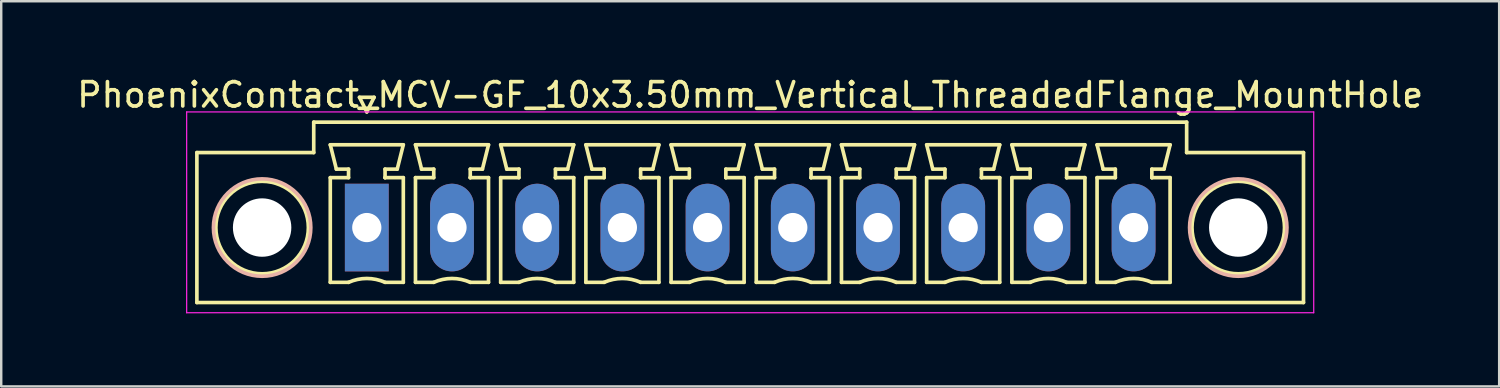
<source format=kicad_pcb>
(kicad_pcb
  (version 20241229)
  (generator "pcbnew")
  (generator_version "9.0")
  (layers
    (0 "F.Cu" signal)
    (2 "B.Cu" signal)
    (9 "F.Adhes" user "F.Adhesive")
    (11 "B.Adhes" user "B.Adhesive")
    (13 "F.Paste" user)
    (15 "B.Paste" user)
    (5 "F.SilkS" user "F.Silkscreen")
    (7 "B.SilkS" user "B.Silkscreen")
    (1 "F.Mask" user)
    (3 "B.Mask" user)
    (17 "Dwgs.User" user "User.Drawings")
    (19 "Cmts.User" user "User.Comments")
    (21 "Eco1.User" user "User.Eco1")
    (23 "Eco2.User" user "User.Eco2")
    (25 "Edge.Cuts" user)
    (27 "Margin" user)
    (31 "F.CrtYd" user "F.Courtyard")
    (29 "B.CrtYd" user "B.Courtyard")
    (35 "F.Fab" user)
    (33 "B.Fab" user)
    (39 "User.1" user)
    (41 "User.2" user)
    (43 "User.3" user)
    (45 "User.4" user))
  (footprint "PhoenixContact_MCV-GF_10x3.50mm_Vertical_ThreadedFlange_MountHole"
    (layer "F.Cu")
    (at 12.018 6.298)
    (property "Reference" "PhoenixContact_MCV-GF_10x3.50mm_Vertical_ThreadedFlange_MountHole" (at 15.75 -5.45 0) (layer "F.SilkS") (effects (font (size 1 1) (thickness 0.15))))
    (attr through_hole)
    (fp_line (start -6.98 -3.08) (end -6.98 3.08) (stroke (width 0.15) (type solid)) (layer "F.SilkS"))
    (fp_line (start -6.98 3.08) (end 38.48 3.08) (stroke (width 0.15) (type solid)) (layer "F.SilkS"))
    (fp_line (start -2.18 -4.33) (end -2.18 -3.08) (stroke (width 0.15) (type solid)) (layer "F.SilkS"))
    (fp_line (start -2.18 -3.08) (end -6.98 -3.08) (stroke (width 0.15) (type solid)) (layer "F.SilkS"))
    (fp_line (start -1.5 -3.4) (end 1.5 -3.4) (stroke (width 0.15) (type solid)) (layer "F.SilkS"))
    (fp_line (start -1.5 -2.05) (end -0.75 -2.05) (stroke (width 0.15) (type solid)) (layer "F.SilkS"))
    (fp_line (start -1.5 2.25) (end -1.5 -2.05) (stroke (width 0.15) (type solid)) (layer "F.SilkS"))
    (fp_line (start -1.25 -2.4) (end -1.5 -3.4) (stroke (width 0.15) (type solid)) (layer "F.SilkS"))
    (fp_line (start -0.75 -2.4) (end -1.25 -2.4) (stroke (width 0.15) (type solid)) (layer "F.SilkS"))
    (fp_line (start -0.75 -2.05) (end -0.75 -2.4) (stroke (width 0.15) (type solid)) (layer "F.SilkS"))
    (fp_line (start -0.75 2.25) (end -1.5 2.25) (stroke (width 0.15) (type solid)) (layer "F.SilkS"))
    (fp_line (start -0.3 -5.35) (end 0 -4.75) (stroke (width 0.15) (type solid)) (layer "F.SilkS"))
    (fp_line (start 0 -4.75) (end 0.3 -5.35) (stroke (width 0.15) (type solid)) (layer "F.SilkS"))
    (fp_line (start 0.3 -5.35) (end -0.3 -5.35) (stroke (width 0.15) (type solid)) (layer "F.SilkS"))
    (fp_line (start 0.75 -2.4) (end 0.75 -2.05) (stroke (width 0.15) (type solid)) (layer "F.SilkS"))
    (fp_line (start 0.75 -2.05) (end 0.75 -2.05) (stroke (width 0.15) (type solid)) (layer "F.SilkS"))
    (fp_line (start 0.75 -2.05) (end 1.5 -2.05) (stroke (width 0.15) (type solid)) (layer "F.SilkS"))
    (fp_line (start 1.25 -2.4) (end 0.75 -2.4) (stroke (width 0.15) (type solid)) (layer "F.SilkS"))
    (fp_line (start 1.5 -3.4) (end 1.25 -2.4) (stroke (width 0.15) (type solid)) (layer "F.SilkS"))
    (fp_line (start 1.5 -2.05) (end 1.5 2.25) (stroke (width 0.15) (type solid)) (layer "F.SilkS"))
    (fp_line (start 1.5 2.25) (end 0.75 2.25) (stroke (width 0.15) (type solid)) (layer "F.SilkS"))
    (fp_line (start 2 -3.4) (end 5 -3.4) (stroke (width 0.15) (type solid)) (layer "F.SilkS"))
    (fp_line (start 2 -2.05) (end 2.75 -2.05) (stroke (width 0.15) (type solid)) (layer "F.SilkS"))
    (fp_line (start 2 2.25) (end 2 -2.05) (stroke (width 0.15) (type solid)) (layer "F.SilkS"))
    (fp_line (start 2.25 -2.4) (end 2 -3.4) (stroke (width 0.15) (type solid)) (layer "F.SilkS"))
    (fp_line (start 2.75 -2.4) (end 2.25 -2.4) (stroke (width 0.15) (type solid)) (layer "F.SilkS"))
    (fp_line (start 2.75 -2.05) (end 2.75 -2.4) (stroke (width 0.15) (type solid)) (layer "F.SilkS"))
    (fp_line (start 2.75 2.25) (end 2 2.25) (stroke (width 0.15) (type solid)) (layer "F.SilkS"))
    (fp_line (start 4.25 -2.4) (end 4.25 -2.05) (stroke (width 0.15) (type solid)) (layer "F.SilkS"))
    (fp_line (start 4.25 -2.05) (end 4.25 -2.05) (stroke (width 0.15) (type solid)) (layer "F.SilkS"))
    (fp_line (start 4.25 -2.05) (end 5 -2.05) (stroke (width 0.15) (type solid)) (layer "F.SilkS"))
    (fp_line (start 4.75 -2.4) (end 4.25 -2.4) (stroke (width 0.15) (type solid)) (layer "F.SilkS"))
    (fp_line (start 5 -3.4) (end 4.75 -2.4) (stroke (width 0.15) (type solid)) (layer "F.SilkS"))
    (fp_line (start 5 -2.05) (end 5 2.25) (stroke (width 0.15) (type solid)) (layer "F.SilkS"))
    (fp_line (start 5 2.25) (end 4.25 2.25) (stroke (width 0.15) (type solid)) (layer "F.SilkS"))
    (fp_line (start 5.5 -3.4) (end 8.5 -3.4) (stroke (width 0.15) (type solid)) (layer "F.SilkS"))
    (fp_line (start 5.5 -2.05) (end 6.25 -2.05) (stroke (width 0.15) (type solid)) (layer "F.SilkS"))
    (fp_line (start 5.5 2.25) (end 5.5 -2.05) (stroke (width 0.15) (type solid)) (layer "F.SilkS"))
    (fp_line (start 5.75 -2.4) (end 5.5 -3.4) (stroke (width 0.15) (type solid)) (layer "F.SilkS"))
    (fp_line (start 6.25 -2.4) (end 5.75 -2.4) (stroke (width 0.15) (type solid)) (layer "F.SilkS"))
    (fp_line (start 6.25 -2.05) (end 6.25 -2.4) (stroke (width 0.15) (type solid)) (layer "F.SilkS"))
    (fp_line (start 6.25 2.25) (end 5.5 2.25) (stroke (width 0.15) (type solid)) (layer "F.SilkS"))
    (fp_line (start 7.75 -2.4) (end 7.75 -2.05) (stroke (width 0.15) (type solid)) (layer "F.SilkS"))
    (fp_line (start 7.75 -2.05) (end 7.75 -2.05) (stroke (width 0.15) (type solid)) (layer "F.SilkS"))
    (fp_line (start 7.75 -2.05) (end 8.5 -2.05) (stroke (width 0.15) (type solid)) (layer "F.SilkS"))
    (fp_line (start 8.25 -2.4) (end 7.75 -2.4) (stroke (width 0.15) (type solid)) (layer "F.SilkS"))
    (fp_line (start 8.5 -3.4) (end 8.25 -2.4) (stroke (width 0.15) (type solid)) (layer "F.SilkS"))
    (fp_line (start 8.5 -2.05) (end 8.5 2.25) (stroke (width 0.15) (type solid)) (layer "F.SilkS"))
    (fp_line (start 8.5 2.25) (end 7.75 2.25) (stroke (width 0.15) (type solid)) (layer "F.SilkS"))
    (fp_line (start 9 -3.4) (end 12 -3.4) (stroke (width 0.15) (type solid)) (layer "F.SilkS"))
    (fp_line (start 9 -2.05) (end 9.75 -2.05) (stroke (width 0.15) (type solid)) (layer "F.SilkS"))
    (fp_line (start 9 2.25) (end 9 -2.05) (stroke (width 0.15) (type solid)) (layer "F.SilkS"))
    (fp_line (start 9.25 -2.4) (end 9 -3.4) (stroke (width 0.15) (type solid)) (layer "F.SilkS"))
    (fp_line (start 9.75 -2.4) (end 9.25 -2.4) (stroke (width 0.15) (type solid)) (layer "F.SilkS"))
    (fp_line (start 9.75 -2.05) (end 9.75 -2.4) (stroke (width 0.15) (type solid)) (layer "F.SilkS"))
    (fp_line (start 9.75 2.25) (end 9 2.25) (stroke (width 0.15) (type solid)) (layer "F.SilkS"))
    (fp_line (start 11.25 -2.4) (end 11.25 -2.05) (stroke (width 0.15) (type solid)) (layer "F.SilkS"))
    (fp_line (start 11.25 -2.05) (end 11.25 -2.05) (stroke (width 0.15) (type solid)) (layer "F.SilkS"))
    (fp_line (start 11.25 -2.05) (end 12 -2.05) (stroke (width 0.15) (type solid)) (layer "F.SilkS"))
    (fp_line (start 11.75 -2.4) (end 11.25 -2.4) (stroke (width 0.15) (type solid)) (layer "F.SilkS"))
    (fp_line (start 12 -3.4) (end 11.75 -2.4) (stroke (width 0.15) (type solid)) (layer "F.SilkS"))
    (fp_line (start 12 -2.05) (end 12 2.25) (stroke (width 0.15) (type solid)) (layer "F.SilkS"))
    (fp_line (start 12 2.25) (end 11.25 2.25) (stroke (width 0.15) (type solid)) (layer "F.SilkS"))
    (fp_line (start 12.5 -3.4) (end 15.5 -3.4) (stroke (width 0.15) (type solid)) (layer "F.SilkS"))
    (fp_line (start 12.5 -2.05) (end 13.25 -2.05) (stroke (width 0.15) (type solid)) (layer "F.SilkS"))
    (fp_line (start 12.5 2.25) (end 12.5 -2.05) (stroke (width 0.15) (type solid)) (layer "F.SilkS"))
    (fp_line (start 12.75 -2.4) (end 12.5 -3.4) (stroke (width 0.15) (type solid)) (layer "F.SilkS"))
    (fp_line (start 13.25 -2.4) (end 12.75 -2.4) (stroke (width 0.15) (type solid)) (layer "F.SilkS"))
    (fp_line (start 13.25 -2.05) (end 13.25 -2.4) (stroke (width 0.15) (type solid)) (layer "F.SilkS"))
    (fp_line (start 13.25 2.25) (end 12.5 2.25) (stroke (width 0.15) (type solid)) (layer "F.SilkS"))
    (fp_line (start 14.75 -2.4) (end 14.75 -2.05) (stroke (width 0.15) (type solid)) (layer "F.SilkS"))
    (fp_line (start 14.75 -2.05) (end 14.75 -2.05) (stroke (width 0.15) (type solid)) (layer "F.SilkS"))
    (fp_line (start 14.75 -2.05) (end 15.5 -2.05) (stroke (width 0.15) (type solid)) (layer "F.SilkS"))
    (fp_line (start 15.25 -2.4) (end 14.75 -2.4) (stroke (width 0.15) (type solid)) (layer "F.SilkS"))
    (fp_line (start 15.5 -3.4) (end 15.25 -2.4) (stroke (width 0.15) (type solid)) (layer "F.SilkS"))
    (fp_line (start 15.5 -2.05) (end 15.5 2.25) (stroke (width 0.15) (type solid)) (layer "F.SilkS"))
    (fp_line (start 15.5 2.25) (end 14.75 2.25) (stroke (width 0.15) (type solid)) (layer "F.SilkS"))
    (fp_line (start 16 -3.4) (end 19 -3.4) (stroke (width 0.15) (type solid)) (layer "F.SilkS"))
    (fp_line (start 16 -2.05) (end 16.75 -2.05) (stroke (width 0.15) (type solid)) (layer "F.SilkS"))
    (fp_line (start 16 2.25) (end 16 -2.05) (stroke (width 0.15) (type solid)) (layer "F.SilkS"))
    (fp_line (start 16.25 -2.4) (end 16 -3.4) (stroke (width 0.15) (type solid)) (layer "F.SilkS"))
    (fp_line (start 16.75 -2.4) (end 16.25 -2.4) (stroke (width 0.15) (type solid)) (layer "F.SilkS"))
    (fp_line (start 16.75 -2.05) (end 16.75 -2.4) (stroke (width 0.15) (type solid)) (layer "F.SilkS"))
    (fp_line (start 16.75 2.25) (end 16 2.25) (stroke (width 0.15) (type solid)) (layer "F.SilkS"))
    (fp_line (start 18.25 -2.4) (end 18.25 -2.05) (stroke (width 0.15) (type solid)) (layer "F.SilkS"))
    (fp_line (start 18.25 -2.05) (end 18.25 -2.05) (stroke (width 0.15) (type solid)) (layer "F.SilkS"))
    (fp_line (start 18.25 -2.05) (end 19 -2.05) (stroke (width 0.15) (type solid)) (layer "F.SilkS"))
    (fp_line (start 18.75 -2.4) (end 18.25 -2.4) (stroke (width 0.15) (type solid)) (layer "F.SilkS"))
    (fp_line (start 19 -3.4) (end 18.75 -2.4) (stroke (width 0.15) (type solid)) (layer "F.SilkS"))
    (fp_line (start 19 -2.05) (end 19 2.25) (stroke (width 0.15) (type solid)) (layer "F.SilkS"))
    (fp_line (start 19 2.25) (end 18.25 2.25) (stroke (width 0.15) (type solid)) (layer "F.SilkS"))
    (fp_line (start 19.5 -3.4) (end 22.5 -3.4) (stroke (width 0.15) (type solid)) (layer "F.SilkS"))
    (fp_line (start 19.5 -2.05) (end 20.25 -2.05) (stroke (width 0.15) (type solid)) (layer "F.SilkS"))
    (fp_line (start 19.5 2.25) (end 19.5 -2.05) (stroke (width 0.15) (type solid)) (layer "F.SilkS"))
    (fp_line (start 19.75 -2.4) (end 19.5 -3.4) (stroke (width 0.15) (type solid)) (layer "F.SilkS"))
    (fp_line (start 20.25 -2.4) (end 19.75 -2.4) (stroke (width 0.15) (type solid)) (layer "F.SilkS"))
    (fp_line (start 20.25 -2.05) (end 20.25 -2.4) (stroke (width 0.15) (type solid)) (layer "F.SilkS"))
    (fp_line (start 20.25 2.25) (end 19.5 2.25) (stroke (width 0.15) (type solid)) (layer "F.SilkS"))
    (fp_line (start 21.75 -2.4) (end 21.75 -2.05) (stroke (width 0.15) (type solid)) (layer "F.SilkS"))
    (fp_line (start 21.75 -2.05) (end 21.75 -2.05) (stroke (width 0.15) (type solid)) (layer "F.SilkS"))
    (fp_line (start 21.75 -2.05) (end 22.5 -2.05) (stroke (width 0.15) (type solid)) (layer "F.SilkS"))
    (fp_line (start 22.25 -2.4) (end 21.75 -2.4) (stroke (width 0.15) (type solid)) (layer "F.SilkS"))
    (fp_line (start 22.5 -3.4) (end 22.25 -2.4) (stroke (width 0.15) (type solid)) (layer "F.SilkS"))
    (fp_line (start 22.5 -2.05) (end 22.5 2.25) (stroke (width 0.15) (type solid)) (layer "F.SilkS"))
    (fp_line (start 22.5 2.25) (end 21.75 2.25) (stroke (width 0.15) (type solid)) (layer "F.SilkS"))
    (fp_line (start 23 -3.4) (end 26 -3.4) (stroke (width 0.15) (type solid)) (layer "F.SilkS"))
    (fp_line (start 23 -2.05) (end 23.75 -2.05) (stroke (width 0.15) (type solid)) (layer "F.SilkS"))
    (fp_line (start 23 2.25) (end 23 -2.05) (stroke (width 0.15) (type solid)) (layer "F.SilkS"))
    (fp_line (start 23.25 -2.4) (end 23 -3.4) (stroke (width 0.15) (type solid)) (layer "F.SilkS"))
    (fp_line (start 23.75 -2.4) (end 23.25 -2.4) (stroke (width 0.15) (type solid)) (layer "F.SilkS"))
    (fp_line (start 23.75 -2.05) (end 23.75 -2.4) (stroke (width 0.15) (type solid)) (layer "F.SilkS"))
    (fp_line (start 23.75 2.25) (end 23 2.25) (stroke (width 0.15) (type solid)) (layer "F.SilkS"))
    (fp_line (start 25.25 -2.4) (end 25.25 -2.05) (stroke (width 0.15) (type solid)) (layer "F.SilkS"))
    (fp_line (start 25.25 -2.05) (end 25.25 -2.05) (stroke (width 0.15) (type solid)) (layer "F.SilkS"))
    (fp_line (start 25.25 -2.05) (end 26 -2.05) (stroke (width 0.15) (type solid)) (layer "F.SilkS"))
    (fp_line (start 25.75 -2.4) (end 25.25 -2.4) (stroke (width 0.15) (type solid)) (layer "F.SilkS"))
    (fp_line (start 26 -3.4) (end 25.75 -2.4) (stroke (width 0.15) (type solid)) (layer "F.SilkS"))
    (fp_line (start 26 -2.05) (end 26 2.25) (stroke (width 0.15) (type solid)) (layer "F.SilkS"))
    (fp_line (start 26 2.25) (end 25.25 2.25) (stroke (width 0.15) (type solid)) (layer "F.SilkS"))
    (fp_line (start 26.5 -3.4) (end 29.5 -3.4) (stroke (width 0.15) (type solid)) (layer "F.SilkS"))
    (fp_line (start 26.5 -2.05) (end 27.25 -2.05) (stroke (width 0.15) (type solid)) (layer "F.SilkS"))
    (fp_line (start 26.5 2.25) (end 26.5 -2.05) (stroke (width 0.15) (type solid)) (layer "F.SilkS"))
    (fp_line (start 26.75 -2.4) (end 26.5 -3.4) (stroke (width 0.15) (type solid)) (layer "F.SilkS"))
    (fp_line (start 27.25 -2.4) (end 26.75 -2.4) (stroke (width 0.15) (type solid)) (layer "F.SilkS"))
    (fp_line (start 27.25 -2.05) (end 27.25 -2.4) (stroke (width 0.15) (type solid)) (layer "F.SilkS"))
    (fp_line (start 27.25 2.25) (end 26.5 2.25) (stroke (width 0.15) (type solid)) (layer "F.SilkS"))
    (fp_line (start 28.75 -2.4) (end 28.75 -2.05) (stroke (width 0.15) (type solid)) (layer "F.SilkS"))
    (fp_line (start 28.75 -2.05) (end 28.75 -2.05) (stroke (width 0.15) (type solid)) (layer "F.SilkS"))
    (fp_line (start 28.75 -2.05) (end 29.5 -2.05) (stroke (width 0.15) (type solid)) (layer "F.SilkS"))
    (fp_line (start 29.25 -2.4) (end 28.75 -2.4) (stroke (width 0.15) (type solid)) (layer "F.SilkS"))
    (fp_line (start 29.5 -3.4) (end 29.25 -2.4) (stroke (width 0.15) (type solid)) (layer "F.SilkS"))
    (fp_line (start 29.5 -2.05) (end 29.5 2.25) (stroke (width 0.15) (type solid)) (layer "F.SilkS"))
    (fp_line (start 29.5 2.25) (end 28.75 2.25) (stroke (width 0.15) (type solid)) (layer "F.SilkS"))
    (fp_line (start 30 -3.4) (end 33 -3.4) (stroke (width 0.15) (type solid)) (layer "F.SilkS"))
    (fp_line (start 30 -2.05) (end 30.75 -2.05) (stroke (width 0.15) (type solid)) (layer "F.SilkS"))
    (fp_line (start 30 2.25) (end 30 -2.05) (stroke (width 0.15) (type solid)) (layer "F.SilkS"))
    (fp_line (start 30.25 -2.4) (end 30 -3.4) (stroke (width 0.15) (type solid)) (layer "F.SilkS"))
    (fp_line (start 30.75 -2.4) (end 30.25 -2.4) (stroke (width 0.15) (type solid)) (layer "F.SilkS"))
    (fp_line (start 30.75 -2.05) (end 30.75 -2.4) (stroke (width 0.15) (type solid)) (layer "F.SilkS"))
    (fp_line (start 30.75 2.25) (end 30 2.25) (stroke (width 0.15) (type solid)) (layer "F.SilkS"))
    (fp_line (start 32.25 -2.4) (end 32.25 -2.05) (stroke (width 0.15) (type solid)) (layer "F.SilkS"))
    (fp_line (start 32.25 -2.05) (end 32.25 -2.05) (stroke (width 0.15) (type solid)) (layer "F.SilkS"))
    (fp_line (start 32.25 -2.05) (end 33 -2.05) (stroke (width 0.15) (type solid)) (layer "F.SilkS"))
    (fp_line (start 32.75 -2.4) (end 32.25 -2.4) (stroke (width 0.15) (type solid)) (layer "F.SilkS"))
    (fp_line (start 33 -3.4) (end 32.75 -2.4) (stroke (width 0.15) (type solid)) (layer "F.SilkS"))
    (fp_line (start 33 -2.05) (end 33 2.25) (stroke (width 0.15) (type solid)) (layer "F.SilkS"))
    (fp_line (start 33 2.25) (end 32.25 2.25) (stroke (width 0.15) (type solid)) (layer "F.SilkS"))
    (fp_line (start 33.68 -4.33) (end -2.18 -4.33) (stroke (width 0.15) (type solid)) (layer "F.SilkS"))
    (fp_line (start 33.68 -3.08) (end 33.68 -4.33) (stroke (width 0.15) (type solid)) (layer "F.SilkS"))
    (fp_line (start 38.48 -3.08) (end 33.68 -3.08) (stroke (width 0.15) (type solid)) (layer "F.SilkS"))
    (fp_line (start 38.48 3.08) (end 38.48 -3.08) (stroke (width 0.15) (type solid)) (layer "F.SilkS"))
    (fp_arc (start -0.75 2.25) (mid -0.000193 2.09191) (end 0.749647 2.249844) (stroke (width 0.15) (type solid)) (layer "F.SilkS"))
    (fp_arc (start 2.75 2.25) (mid 3.499807 2.09191) (end 4.249647 2.249844) (stroke (width 0.15) (type solid)) (layer "F.SilkS"))
    (fp_arc (start 6.25 2.25) (mid 6.999807 2.09191) (end 7.749647 2.249844) (stroke (width 0.15) (type solid)) (layer "F.SilkS"))
    (fp_arc (start 9.75 2.25) (mid 10.499807 2.09191) (end 11.249647 2.249844) (stroke (width 0.15) (type solid)) (layer "F.SilkS"))
    (fp_arc (start 13.25 2.25) (mid 13.999807 2.09191) (end 14.749647 2.249844) (stroke (width 0.15) (type solid)) (layer "F.SilkS"))
    (fp_arc (start 16.75 2.25) (mid 17.499807 2.09191) (end 18.249647 2.249844) (stroke (width 0.15) (type solid)) (layer "F.SilkS"))
    (fp_arc (start 20.25 2.25) (mid 20.999807 2.09191) (end 21.749647 2.249844) (stroke (width 0.15) (type solid)) (layer "F.SilkS"))
    (fp_arc (start 23.75 2.25) (mid 24.499807 2.09191) (end 25.249647 2.249844) (stroke (width 0.15) (type solid)) (layer "F.SilkS"))
    (fp_arc (start 27.25 2.25) (mid 27.999807 2.09191) (end 28.749647 2.249844) (stroke (width 0.15) (type solid)) (layer "F.SilkS"))
    (fp_arc (start 30.75 2.25) (mid 31.499807 2.09191) (end 32.249647 2.249844) (stroke (width 0.15) (type solid)) (layer "F.SilkS"))
    (fp_circle (center -4.3 0) (end -2.4 0) (stroke (width 0.15) (type solid)) (fill no) (layer "F.SilkS"))
    (fp_circle (center 35.8 0) (end 37.7 0) (stroke (width 0.15) (type solid)) (fill no) (layer "F.SilkS"))
    (fp_circle (center -4.3 0) (end -2.3 0) (stroke (width 0.15) (type solid)) (fill no) (layer "B.SilkS"))
    (fp_circle (center 35.8 0) (end 37.8 0) (stroke (width 0.15) (type solid)) (fill no) (layer "B.SilkS"))
    (fp_line (start -7.4 -4.75) (end -7.4 3.5) (stroke (width 0.05) (type solid)) (layer "F.CrtYd"))
    (fp_line (start -7.4 3.5) (end 38.9 3.5) (stroke (width 0.05) (type solid)) (layer "F.CrtYd"))
    (fp_line (start 38.9 -4.75) (end -7.4 -4.75) (stroke (width 0.05) (type solid)) (layer "F.CrtYd"))
    (fp_line (start 38.9 3.5) (end 38.9 -4.75) (stroke (width 0.05) (type solid)) (layer "F.CrtYd"))
    (pad "" np_thru_hole circle (at -4.3 0) (size 2.4 2.4) (drill 2.4) (layers "*.Cu" "*.Mask"))
    (pad "" np_thru_hole circle (at 35.8 0) (size 2.4 2.4) (drill 2.4) (layers "*.Cu" "*.Mask"))
    (pad "1" thru_hole rect (at 0 0) (size 1.8 3.6) (drill 1.2) (layers "*.Cu" "*.Mask"))
    (pad "2" thru_hole oval (at 3.5 0) (size 1.8 3.6) (drill 1.2) (layers "*.Cu" "*.Mask"))
    (pad "3" thru_hole oval (at 7 0) (size 1.8 3.6) (drill 1.2) (layers "*.Cu" "*.Mask"))
    (pad "4" thru_hole oval (at 10.5 0) (size 1.8 3.6) (drill 1.2) (layers "*.Cu" "*.Mask"))
    (pad "5" thru_hole oval (at 14 0) (size 1.8 3.6) (drill 1.2) (layers "*.Cu" "*.Mask"))
    (pad "6" thru_hole oval (at 17.5 0) (size 1.8 3.6) (drill 1.2) (layers "*.Cu" "*.Mask"))
    (pad "7" thru_hole oval (at 21 0) (size 1.8 3.6) (drill 1.2) (layers "*.Cu" "*.Mask"))
    (pad "8" thru_hole oval (at 24.5 0) (size 1.8 3.6) (drill 1.2) (layers "*.Cu" "*.Mask"))
    (pad "9" thru_hole oval (at 28 0) (size 1.8 3.6) (drill 1.2) (layers "*.Cu" "*.Mask"))
    (pad "10" thru_hole oval (at 31.5 0) (size 1.8 3.6) (drill 1.2) (layers "*.Cu" "*.Mask")))
  (gr_rect
    (start -3 -3)
    (end 58.536 12.823)
    (stroke (width 0.1) (type default))
    (fill no)
    (layer "Edge.Cuts")))
</source>
